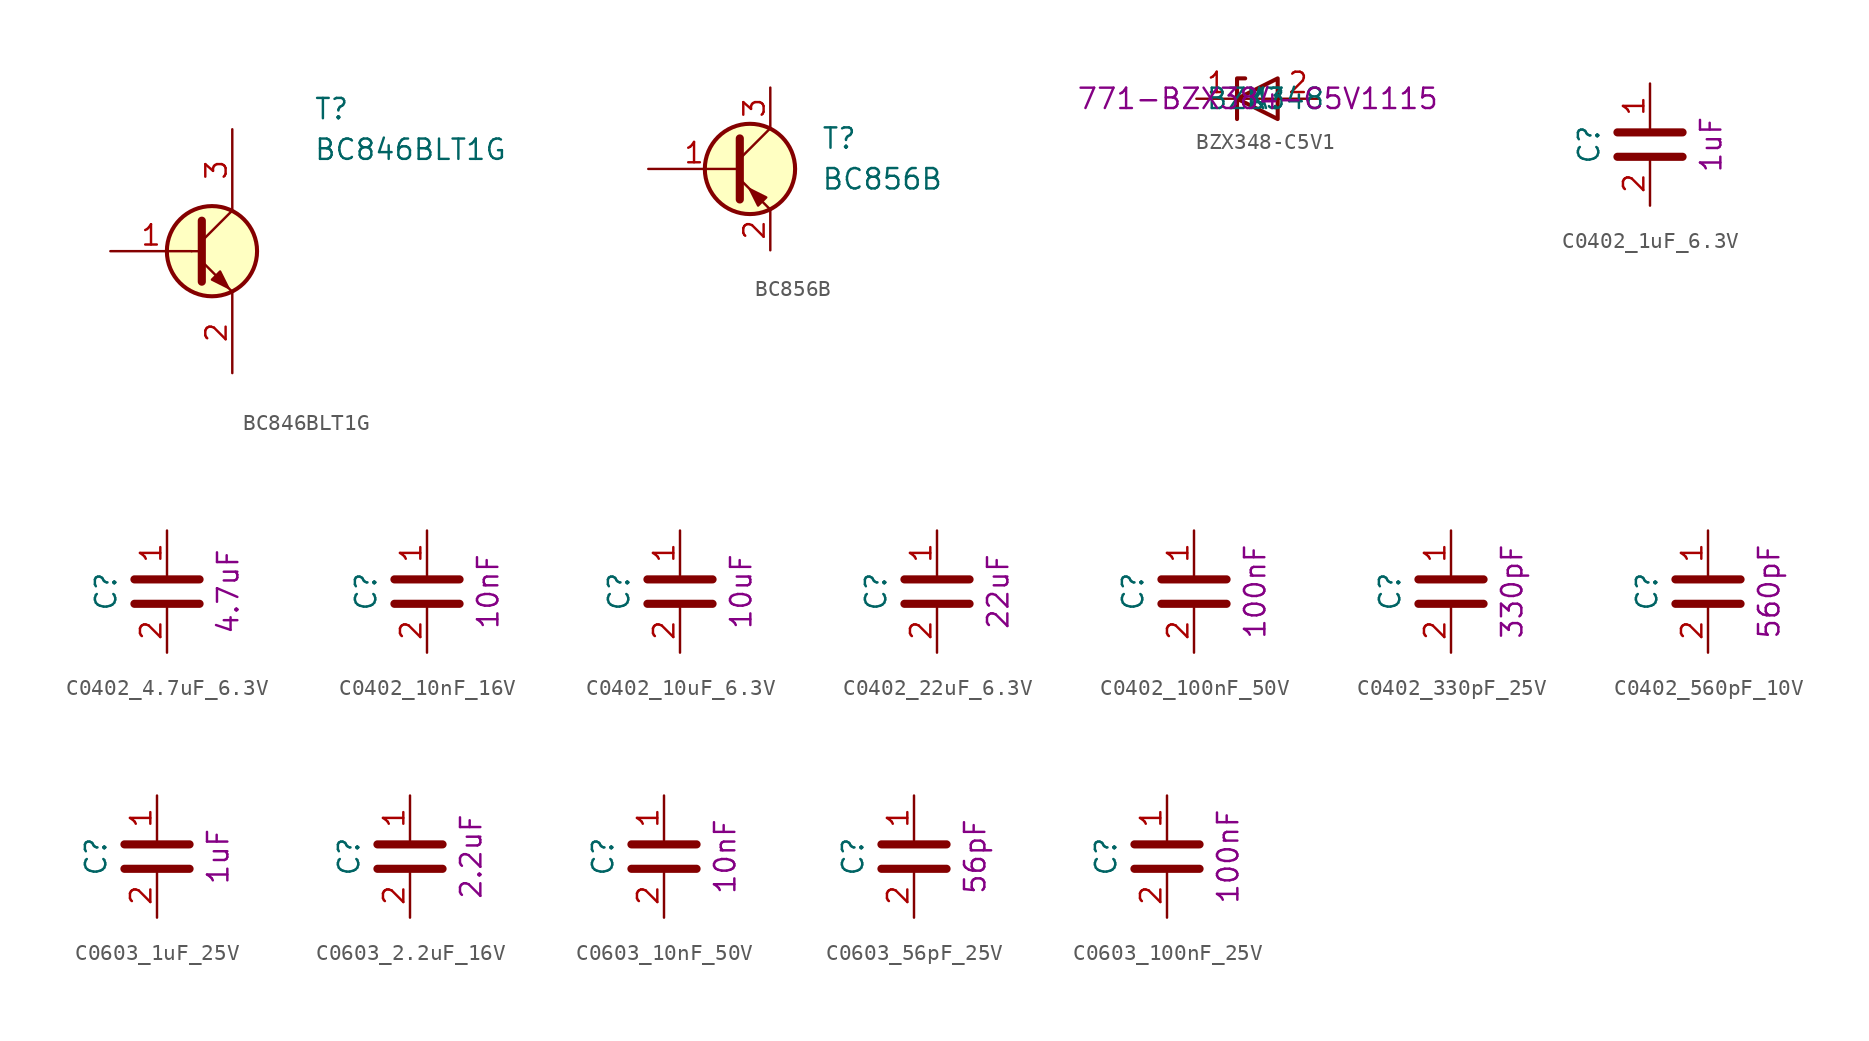
<source format=kicad_sym>
(kicad_symbol_lib
  (version 20220914)
  (generator kicad_symbol_editor)
  (symbol "BC846BLT1G"
    (pin_names
      (offset 0.762))
    (property "Reference" "T"
      (at 16.51 7.62 0)
      (effects (font (size 1.27 1.27)) (justify left)))
    (property "Value" "BC846BLT1G"
      (at 16.51 5.08 0)
      (effects (font (size 1.27 1.27)) (justify left)))
    (symbol "BC846BLT1G_0_0"
      (pin passive line (at 3.81 -1.27 0) (length 5.08) (name "~" (effects (font (size 1.27 1.27)))) (number "1" (effects (font (size 1.27 1.27)))))
      (pin passive line (at 11.43 -8.89 90) (length 5.08) (name "~" (effects (font (size 1.27 1.27)))) (number "2" (effects (font (size 1.27 1.27)))))
      (pin passive line (at 11.43 6.35 270) (length 5.08) (name "~" (effects (font (size 1.27 1.27)))) (number "3" (effects (font (size 1.27 1.27))))))
    (symbol "BC846BLT1G_0_1"
      (polyline (pts (xy 8.89 -1.27) (xy 9.525 -1.27)) (stroke (width 0.152) (type solid)) (fill (type none))))
    (symbol "BC846BLT1G_1_1"
      (polyline (pts (xy 9.525 -0.635) (xy 11.43 1.27)) (stroke (width 0) (type solid)) (fill (type none)))
      (polyline (pts (xy 9.525 -1.905) (xy 11.43 -3.81) (xy 11.43 -3.81)) (stroke (width 0) (type solid)) (fill (type none)))
      (polyline (pts (xy 9.525 0.635) (xy 9.525 -3.175) (xy 9.525 -3.175)) (stroke (width 0.508) (type solid)) (fill (type none)))
      (polyline (pts (xy 10.16 -3.048) (xy 10.668 -2.54) (xy 11.176 -3.556) (xy 10.16 -3.048) (xy 10.16 -3.048)) (stroke (width 0) (type solid)) (fill (type outline)))
      (circle (center 10.16 -1.27) (radius 2.819) (stroke (width 0.254) (type solid)) (fill (type background)))))
  (symbol "BC856B"
    (pin_names
      (offset 0.762))
    (property "Reference" "T"
      (at 5.08 1.905 0)
      (effects (font (size 1.27 1.27)) (justify left)))
    (property "Value" "BC856B"
      (at 5.08 -0.635 0)
      (effects (font (size 1.27 1.27)) (justify left)))
    (symbol "BC856B_1_1"
      (polyline (pts (xy 0 0.635) (xy 1.905 2.54)) (stroke (width 0) (type solid)) (fill (type none)))
      (polyline (pts (xy 0 -0.635) (xy 1.905 -2.54) (xy 1.905 -2.54)) (stroke (width 0) (type solid)) (fill (type none)))
      (polyline (pts (xy 0 1.905) (xy 0 -1.905) (xy 0 -1.905)) (stroke (width 0.508) (type solid)) (fill (type none)))
      (polyline (pts (xy 1.651 -1.778) (xy 1.143 -2.286) (xy 0.635 -1.27) (xy 1.651 -1.778) (xy 1.651 -1.778)) (stroke (width 0) (type solid)) (fill (type outline)))
      (circle (center 0.635 0) (radius 2.819) (stroke (width 0.254) (type solid)) (fill (type background)))
      (pin input line (at -5.715 0 0) (length 5.715) (name "~" (effects (font (size 1.27 1.27)))) (number "1" (effects (font (size 1.27 1.27)))))
      (pin passive line (at 1.905 -5.08 90) (length 2.54) (name "~" (effects (font (size 1.27 1.27)))) (number "2" (effects (font (size 1.27 1.27)))))
      (pin passive line (at 1.905 5.08 270) (length 2.54) (name "~" (effects (font (size 1.27 1.27)))) (number "3" (effects (font (size 1.27 1.27)))))))
  (symbol "BZX348-C5V1"
    (property "Reference" "U"
      (at 0 0 0)
      (effects (font (size 1.27 1.27))))
    (property "Value" "BZX348"
      (at 0 0 0)
      (effects (font (size 1.27 1.27))))
    (property "Mouser Part Number" "771-BZX384-C5V1115 "
      (at 0 0 0)
      (effects (font (size 1.27 1.27))))
    (symbol "BZX348-C5V1_0_1"
      (polyline (pts (xy 0.762 0) (xy -1.778 0)) (stroke (width 0) (type default)) (fill (type none)))
      (polyline (pts (xy -1.778 -1.27) (xy -1.778 1.27) (xy -1.27 1.27)) (stroke (width 0.254) (type default)) (fill (type none)))
      (polyline (pts (xy 0.762 -1.27) (xy 0.762 1.27) (xy -1.778 0) (xy 0.762 -1.27)) (stroke (width 0.254) (type default)) (fill (type none))))
    (symbol "BZX348-C5V1_1_1"
      (pin passive line (at -4.318 0 0) (length 2.54) (name "K" (effects (font (size 1.27 1.27)))) (number "1" (effects (font (size 1.27 1.27)))))
      (pin passive line (at 3.302 0 180) (length 2.54) (name "A" (effects (font (size 1.27 1.27)))) (number "2" (effects (font (size 1.27 1.27)))))))
  (symbol "C0402_1uF_6.3V"
    (pin_names
      (offset 1.016))
    (property "Reference" "C"
      (at -3.81 0 90)
      (effects (font (size 1.27 1.27))))
    (property "Val" "1uF"
      (at 3.81 0 90)
      (effects (font (size 1.27 1.27))))
    (symbol "C0402_1uF_6.3V_1_1"
      (polyline (pts (xy -2.032 -0.762) (xy 2.032 -0.762)) (stroke (width 0.508) (type solid)) (fill (type none)))
      (polyline (pts (xy -2.032 0.762) (xy 2.032 0.762)) (stroke (width 0.508) (type solid)) (fill (type none)))
      (pin passive line (at 0 3.81 270) (length 2.794) (name "~" (effects (font (size 1.27 1.27)))) (number "1" (effects (font (size 1.27 1.27)))))
      (pin passive line (at 0 -3.81 90) (length 2.794) (name "~" (effects (font (size 1.27 1.27)))) (number "2" (effects (font (size 1.27 1.27)))))))
  (symbol "C0402_4.7uF_6.3V"
    (pin_names
      (offset 1.016))
    (property "Reference" "C"
      (at -3.81 0 90)
      (effects (font (size 1.27 1.27))))
    (property "Val" "4.7uF"
      (at 3.81 0 90)
      (effects (font (size 1.27 1.27))))
    (symbol "C0402_4.7uF_6.3V_1_1"
      (polyline (pts (xy -2.032 -0.762) (xy 2.032 -0.762)) (stroke (width 0.508) (type solid)) (fill (type none)))
      (polyline (pts (xy -2.032 0.762) (xy 2.032 0.762)) (stroke (width 0.508) (type solid)) (fill (type none)))
      (pin passive line (at 0 3.81 270) (length 2.794) (name "~" (effects (font (size 1.27 1.27)))) (number "1" (effects (font (size 1.27 1.27)))))
      (pin passive line (at 0 -3.81 90) (length 2.794) (name "~" (effects (font (size 1.27 1.27)))) (number "2" (effects (font (size 1.27 1.27)))))))
  (symbol "C0402_10nF_16V"
    (pin_names
      (offset 1.016))
    (property "Reference" "C"
      (at -3.81 0 90)
      (effects (font (size 1.27 1.27))))
    (property "Val" "10nF"
      (at 3.81 0 90)
      (effects (font (size 1.27 1.27))))
    (symbol "C0402_10nF_16V_1_1"
      (polyline (pts (xy -2.032 -0.762) (xy 2.032 -0.762)) (stroke (width 0.508) (type solid)) (fill (type none)))
      (polyline (pts (xy -2.032 0.762) (xy 2.032 0.762)) (stroke (width 0.508) (type solid)) (fill (type none)))
      (pin passive line (at 0 3.81 270) (length 2.794) (name "~" (effects (font (size 1.27 1.27)))) (number "1" (effects (font (size 1.27 1.27)))))
      (pin passive line (at 0 -3.81 90) (length 2.794) (name "~" (effects (font (size 1.27 1.27)))) (number "2" (effects (font (size 1.27 1.27)))))))
  (symbol "C0402_10uF_6.3V"
    (pin_names
      (offset 1.016))
    (property "Reference" "C"
      (at -3.81 0 90)
      (effects (font (size 1.27 1.27))))
    (property "Val" "10uF"
      (at 3.81 0 90)
      (effects (font (size 1.27 1.27))))
    (symbol "C0402_10uF_6.3V_1_1"
      (polyline (pts (xy -2.032 -0.762) (xy 2.032 -0.762)) (stroke (width 0.508) (type solid)) (fill (type none)))
      (polyline (pts (xy -2.032 0.762) (xy 2.032 0.762)) (stroke (width 0.508) (type solid)) (fill (type none)))
      (pin passive line (at 0 3.81 270) (length 2.794) (name "~" (effects (font (size 1.27 1.27)))) (number "1" (effects (font (size 1.27 1.27)))))
      (pin passive line (at 0 -3.81 90) (length 2.794) (name "~" (effects (font (size 1.27 1.27)))) (number "2" (effects (font (size 1.27 1.27)))))))
  (symbol "C0402_22uF_6.3V"
    (pin_names
      (offset 1.016))
    (property "Reference" "C"
      (at -3.81 0 90)
      (effects (font (size 1.27 1.27))))
    (property "Val" "22uF"
      (at 3.81 0 90)
      (effects (font (size 1.27 1.27))))
    (symbol "C0402_22uF_6.3V_1_1"
      (polyline (pts (xy -2.032 -0.762) (xy 2.032 -0.762)) (stroke (width 0.508) (type solid)) (fill (type none)))
      (polyline (pts (xy -2.032 0.762) (xy 2.032 0.762)) (stroke (width 0.508) (type solid)) (fill (type none)))
      (pin passive line (at 0 3.81 270) (length 2.794) (name "~" (effects (font (size 1.27 1.27)))) (number "1" (effects (font (size 1.27 1.27)))))
      (pin passive line (at 0 -3.81 90) (length 2.794) (name "~" (effects (font (size 1.27 1.27)))) (number "2" (effects (font (size 1.27 1.27)))))))
  (symbol "C0402_100nF_50V"
    (pin_names
      (offset 1.016))
    (property "Reference" "C"
      (at -3.81 0 90)
      (effects (font (size 1.27 1.27))))
    (property "Val" "100nF"
      (at 3.81 0 90)
      (effects (font (size 1.27 1.27))))
    (symbol "C0402_100nF_50V_1_1"
      (polyline (pts (xy -2.032 -0.762) (xy 2.032 -0.762)) (stroke (width 0.508) (type solid)) (fill (type none)))
      (polyline (pts (xy -2.032 0.762) (xy 2.032 0.762)) (stroke (width 0.508) (type solid)) (fill (type none)))
      (pin passive line (at 0 3.81 270) (length 2.794) (name "~" (effects (font (size 1.27 1.27)))) (number "1" (effects (font (size 1.27 1.27)))))
      (pin passive line (at 0 -3.81 90) (length 2.794) (name "~" (effects (font (size 1.27 1.27)))) (number "2" (effects (font (size 1.27 1.27)))))))
  (symbol "C0402_330pF_25V"
    (pin_names
      (offset 1.016))
    (property "Reference" "C"
      (at -3.81 0 90)
      (effects (font (size 1.27 1.27))))
    (property "Val" "330pF"
      (at 3.81 0 90)
      (effects (font (size 1.27 1.27))))
    (symbol "C0402_330pF_25V_1_1"
      (polyline (pts (xy -2.032 -0.762) (xy 2.032 -0.762)) (stroke (width 0.508) (type solid)) (fill (type none)))
      (polyline (pts (xy -2.032 0.762) (xy 2.032 0.762)) (stroke (width 0.508) (type solid)) (fill (type none)))
      (pin passive line (at 0 3.81 270) (length 2.794) (name "~" (effects (font (size 1.27 1.27)))) (number "1" (effects (font (size 1.27 1.27)))))
      (pin passive line (at 0 -3.81 90) (length 2.794) (name "~" (effects (font (size 1.27 1.27)))) (number "2" (effects (font (size 1.27 1.27)))))))
  (symbol "C0402_560pF_10V"
    (pin_names
      (offset 1.016))
    (property "Reference" "C"
      (at -3.81 0 90)
      (effects (font (size 1.27 1.27))))
    (property "Val" "560pF"
      (at 3.81 0 90)
      (effects (font (size 1.27 1.27))))
    (symbol "C0402_560pF_10V_1_1"
      (polyline (pts (xy -2.032 -0.762) (xy 2.032 -0.762)) (stroke (width 0.508) (type solid)) (fill (type none)))
      (polyline (pts (xy -2.032 0.762) (xy 2.032 0.762)) (stroke (width 0.508) (type solid)) (fill (type none)))
      (pin passive line (at 0 3.81 270) (length 2.794) (name "~" (effects (font (size 1.27 1.27)))) (number "1" (effects (font (size 1.27 1.27)))))
      (pin passive line (at 0 -3.81 90) (length 2.794) (name "~" (effects (font (size 1.27 1.27)))) (number "2" (effects (font (size 1.27 1.27)))))))
  (symbol "C0603_1uF_25V"
    (pin_names
      (offset 1.016))
    (property "Reference" "C"
      (at -3.81 0 90)
      (effects (font (size 1.27 1.27))))
    (property "Val" "1uF"
      (at 3.81 0 90)
      (effects (font (size 1.27 1.27))))
    (symbol "C0603_1uF_25V_1_1"
      (polyline (pts (xy -2.032 -0.762) (xy 2.032 -0.762)) (stroke (width 0.508) (type solid)) (fill (type none)))
      (polyline (pts (xy -2.032 0.762) (xy 2.032 0.762)) (stroke (width 0.508) (type solid)) (fill (type none)))
      (pin passive line (at 0 3.81 270) (length 2.794) (name "~" (effects (font (size 1.27 1.27)))) (number "1" (effects (font (size 1.27 1.27)))))
      (pin passive line (at 0 -3.81 90) (length 2.794) (name "~" (effects (font (size 1.27 1.27)))) (number "2" (effects (font (size 1.27 1.27)))))))
  (symbol "C0603_2.2uF_16V"
    (pin_names
      (offset 1.016))
    (property "Reference" "C"
      (at -3.81 0 90)
      (effects (font (size 1.27 1.27))))
    (property "Val" "2.2uF"
      (at 3.81 0 90)
      (effects (font (size 1.27 1.27))))
    (symbol "C0603_2.2uF_16V_1_1"
      (polyline (pts (xy -2.032 -0.762) (xy 2.032 -0.762)) (stroke (width 0.508) (type solid)) (fill (type none)))
      (polyline (pts (xy -2.032 0.762) (xy 2.032 0.762)) (stroke (width 0.508) (type solid)) (fill (type none)))
      (pin passive line (at 0 3.81 270) (length 2.794) (name "~" (effects (font (size 1.27 1.27)))) (number "1" (effects (font (size 1.27 1.27)))))
      (pin passive line (at 0 -3.81 90) (length 2.794) (name "~" (effects (font (size 1.27 1.27)))) (number "2" (effects (font (size 1.27 1.27)))))))
  (symbol "C0603_10nF_50V"
    (pin_names
      (offset 1.016))
    (property "Reference" "C"
      (at -3.81 0 90)
      (effects (font (size 1.27 1.27))))
    (property "Val" "10nF"
      (at 3.81 0 90)
      (effects (font (size 1.27 1.27))))
    (symbol "C0603_10nF_50V_1_1"
      (polyline (pts (xy -2.032 -0.762) (xy 2.032 -0.762)) (stroke (width 0.508) (type solid)) (fill (type none)))
      (polyline (pts (xy -2.032 0.762) (xy 2.032 0.762)) (stroke (width 0.508) (type solid)) (fill (type none)))
      (pin passive line (at 0 3.81 270) (length 2.794) (name "~" (effects (font (size 1.27 1.27)))) (number "1" (effects (font (size 1.27 1.27)))))
      (pin passive line (at 0 -3.81 90) (length 2.794) (name "~" (effects (font (size 1.27 1.27)))) (number "2" (effects (font (size 1.27 1.27)))))))
  (symbol "C0603_56pF_25V"
    (pin_names
      (offset 1.016))
    (property "Reference" "C"
      (at -3.81 0 90)
      (effects (font (size 1.27 1.27))))
    (property "Val" "56pF"
      (at 3.81 0 90)
      (effects (font (size 1.27 1.27))))
    (symbol "C0603_56pF_25V_1_1"
      (polyline (pts (xy -2.032 -0.762) (xy 2.032 -0.762)) (stroke (width 0.508) (type solid)) (fill (type none)))
      (polyline (pts (xy -2.032 0.762) (xy 2.032 0.762)) (stroke (width 0.508) (type solid)) (fill (type none)))
      (pin passive line (at 0 3.81 270) (length 2.794) (name "~" (effects (font (size 1.27 1.27)))) (number "1" (effects (font (size 1.27 1.27)))))
      (pin passive line (at 0 -3.81 90) (length 2.794) (name "~" (effects (font (size 1.27 1.27)))) (number "2" (effects (font (size 1.27 1.27)))))))
  (symbol "C0603_100nF_25V"
    (pin_names
      (offset 1.016))
    (property "Reference" "C"
      (at -3.81 0 90)
      (effects (font (size 1.27 1.27))))
    (property "Val" "100nF"
      (at 3.81 0 90)
      (effects (font (size 1.27 1.27))))
    (symbol "C0603_100nF_25V_1_1"
      (polyline (pts (xy -2.032 -0.762) (xy 2.032 -0.762)) (stroke (width 0.508) (type solid)) (fill (type none)))
      (polyline (pts (xy -2.032 0.762) (xy 2.032 0.762)) (stroke (width 0.508) (type solid)) (fill (type none)))
      (pin passive line (at 0 3.81 270) (length 2.794) (name "~" (effects (font (size 1.27 1.27)))) (number "1" (effects (font (size 1.27 1.27)))))
      (pin passive line (at 0 -3.81 90) (length 2.794) (name "~" (effects (font (size 1.27 1.27)))) (number "2" (effects (font (size 1.27 1.27))))))))
</source>
